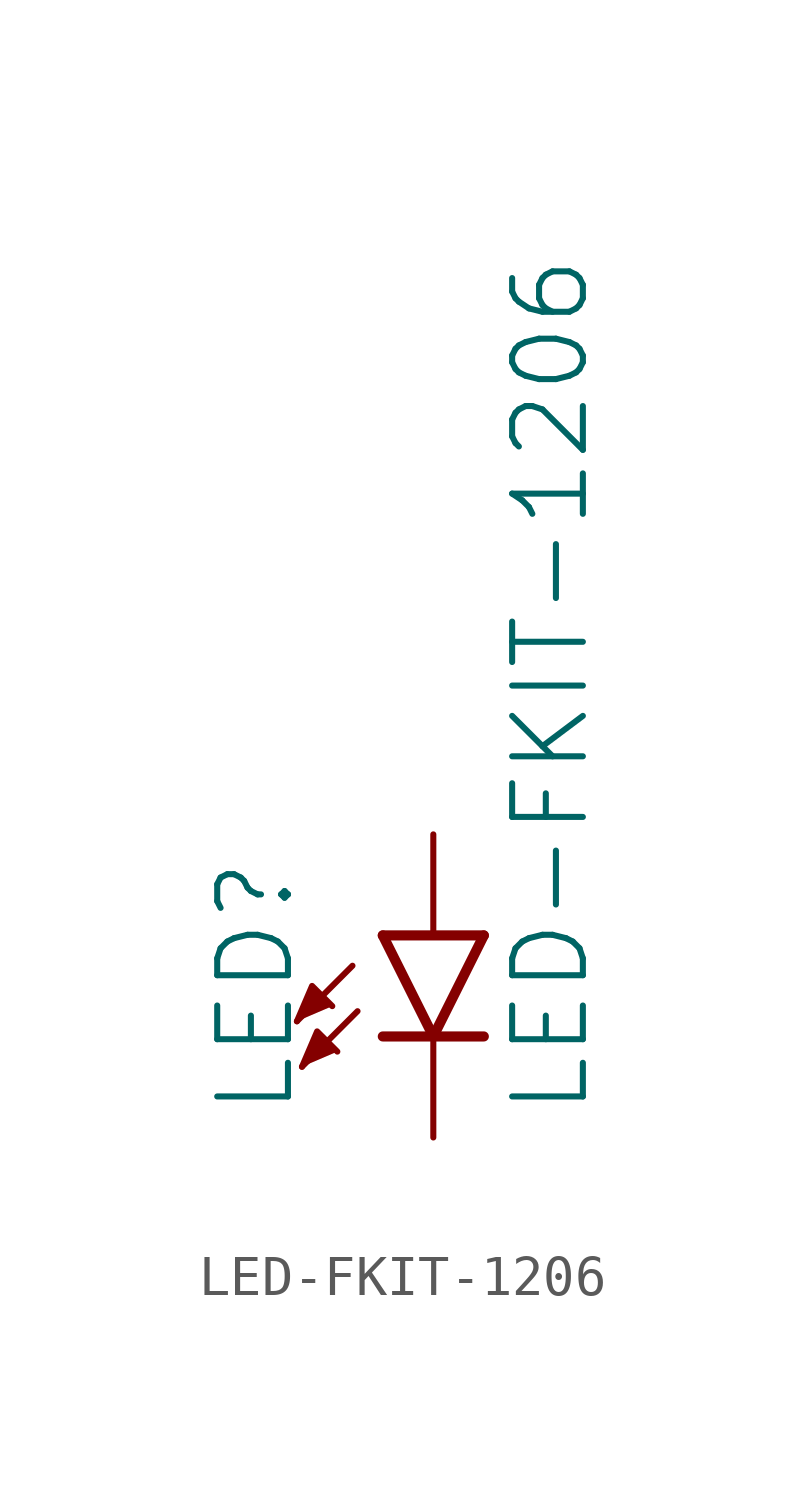
<source format=kicad_sym>
(kicad_symbol_lib
  (version 20211014)
  (generator kicad_symbol_editor)
  (symbol "LED-FKIT-1206"
    (property "Reference" "LED"
      (at -3.429 -4.572 90)
      (effects (font (size 1.778 1.778)) (justify left bottom)))
    (property "Value" "LED-FKIT-1206"
      (at 1.905 -4.572 90)
      (effects (font (size 1.778 1.778)) (justify left top)))
    (property "ki_locked" ""
      (at 0 0 0)
      (effects (font (size 1.27 1.27))))
    (symbol "LED-FKIT-1206_1_0"
      (polyline (pts (xy -2.032 -0.762) (xy -3.429 -2.159)) (stroke (width 0.152) (type default) (color 0 0 0 0)) (fill (type none)))
      (polyline (pts (xy -1.905 -1.905) (xy -3.302 -3.302)) (stroke (width 0.152) (type default) (color 0 0 0 0)) (fill (type none)))
      (polyline (pts (xy 0 -2.54) (xy -1.27 -2.54)) (stroke (width 0.254) (type default) (color 0 0 0 0)) (fill (type none)))
      (polyline (pts (xy 0 -2.54) (xy -1.27 0)) (stroke (width 0.254) (type default) (color 0 0 0 0)) (fill (type none)))
      (polyline (pts (xy 1.27 -2.54) (xy 0 -2.54)) (stroke (width 0.254) (type default) (color 0 0 0 0)) (fill (type none)))
      (polyline (pts (xy 1.27 0) (xy -1.27 0)) (stroke (width 0.254) (type default) (color 0 0 0 0)) (fill (type none)))
      (polyline (pts (xy 1.27 0) (xy 0 -2.54)) (stroke (width 0.254) (type default) (color 0 0 0 0)) (fill (type none)))
      (polyline (pts (xy -3.429 -2.159) (xy -3.048 -1.27) (xy -2.54 -1.778)) (stroke (width 0) (type default) (color 0 0 0 0)) (fill (type outline)))
      (polyline (pts (xy -3.302 -3.302) (xy -2.921 -2.413) (xy -2.413 -2.921)) (stroke (width 0) (type default) (color 0 0 0 0)) (fill (type outline)))
      (pin passive line (at 0 2.54 270) (length 2.54) (name "A" (effects (font (size 0 0)))) (number "A" (effects (font (size 0 0)))))
      (pin passive line (at 0 -5.08 90) (length 2.54) (name "C" (effects (font (size 0 0)))) (number "C" (effects (font (size 0 0))))))))
</source>
